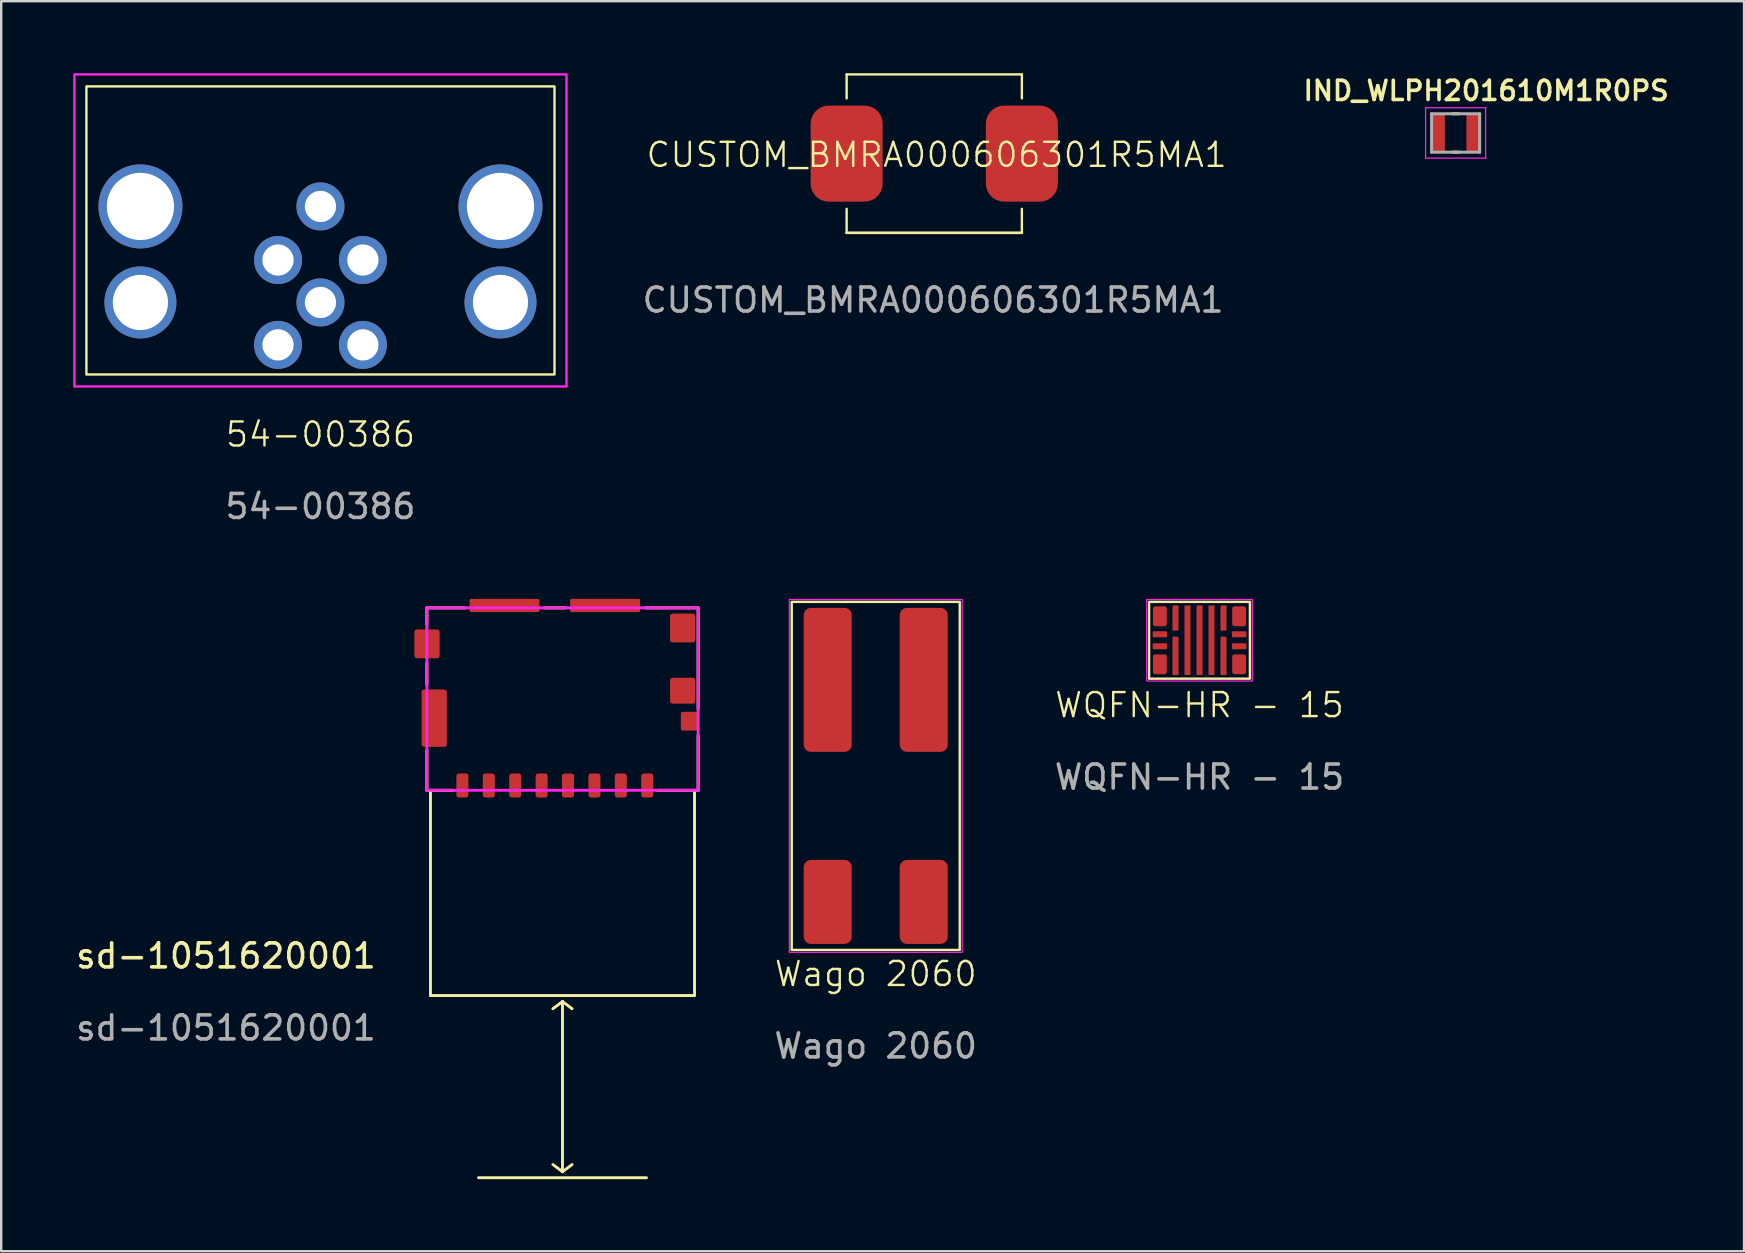
<source format=kicad_pcb>
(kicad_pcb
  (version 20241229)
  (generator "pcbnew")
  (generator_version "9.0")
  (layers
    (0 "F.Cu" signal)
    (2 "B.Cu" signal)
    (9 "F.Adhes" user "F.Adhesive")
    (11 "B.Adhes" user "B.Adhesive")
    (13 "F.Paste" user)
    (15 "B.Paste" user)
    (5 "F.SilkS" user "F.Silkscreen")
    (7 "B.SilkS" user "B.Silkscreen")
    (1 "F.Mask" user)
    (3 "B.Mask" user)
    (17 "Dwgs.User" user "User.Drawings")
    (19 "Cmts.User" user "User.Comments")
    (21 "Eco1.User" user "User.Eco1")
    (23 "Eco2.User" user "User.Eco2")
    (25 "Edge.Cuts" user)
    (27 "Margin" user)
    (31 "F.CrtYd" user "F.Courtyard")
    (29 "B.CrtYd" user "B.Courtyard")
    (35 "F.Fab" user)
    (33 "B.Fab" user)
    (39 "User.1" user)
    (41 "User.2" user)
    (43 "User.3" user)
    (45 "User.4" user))
  (footprint "CUSTOM_BMRA000606301R5MA1"
    (layer "F.Cu")
    (at 35.87 3.35)
    (property "Reference" "CUSTOM_BMRA000606301R5MA1" (at 0.1 0.05 0) (unlocked yes) (layer "F.SilkS") (effects (font (size 1 1) (thickness 0.1))))
    (attr smd)
    (fp_line (start -3.65 -3.3) (end -3.65 -2.3) (stroke (width 0.1) (type default)) (layer "F.SilkS"))
    (fp_line (start -3.65 -3.3) (end 3.65 -3.3) (stroke (width 0.1) (type default)) (layer "F.SilkS"))
    (fp_line (start -3.65 3.3) (end -3.65 2.3) (stroke (width 0.1) (type default)) (layer "F.SilkS"))
    (fp_line (start 3.65 -3.3) (end 3.65 -2.3) (stroke (width 0.1) (type default)) (layer "F.SilkS"))
    (fp_line (start 3.65 3.3) (end -3.65 3.3) (stroke (width 0.1) (type default)) (layer "F.SilkS"))
    (fp_line (start 3.65 3.3) (end -3.65 3.3) (stroke (width 0.1) (type default)) (layer "F.SilkS"))
    (fp_line (start 3.65 3.3) (end 3.65 2.3) (stroke (width 0.1) (type default)) (layer "F.SilkS"))
    (fp_text user "${REFERENCE}" (at -0.05 6.1 0) (unlocked yes) (layer "F.Fab") (effects (font (size 1 1) (thickness 0.15))))
    (pad "1" smd roundrect (at -3.65 0) (size 3 4) (layers "F.Cu" "F.Mask" "F.Paste") (roundrect_rratio 0.25))
    (pad "2" smd roundrect (at 3.65 0) (size 3 4) (layers "F.Cu" "F.Mask" "F.Paste") (roundrect_rratio 0.25)))
  (footprint "54-00386"
    (layer "F.Cu")
    (at 10.3 9.55)
    (property "Reference" "54-00386" (at 0 5.5 0) (unlocked yes) (layer "F.SilkS") (effects (font (size 1 1) (thickness 0.1))))
    (attr smd)
    (fp_rect (start -9.75 -9) (end 9.75 3) (stroke (width 0.1) (type solid)) (fill no) (layer "F.SilkS"))
    (fp_rect (start -10.25 -9.5) (end 10.25 3.5) (stroke (width 0.1) (type solid)) (fill no) (layer "F.CrtYd"))
    (fp_text user "${REFERENCE}" (at 0 8.5 0) (unlocked yes) (layer "F.Fab") (effects (font (size 1 1) (thickness 0.15))))
    (pad "" thru_hole circle (at -7.5 -4) (size 3.5 3.5) (drill 2.8) (layers "*.Cu" "*.Mask"))
    (pad "" thru_hole circle (at -7.5 0) (size 3 3) (drill 2.3) (layers "*.Cu" "*.Mask"))
    (pad "" thru_hole circle (at 7.5 -4) (size 3.5 3.5) (drill 2.8) (layers "*.Cu" "*.Mask"))
    (pad "" thru_hole circle (at 7.5 0) (size 3 3) (drill 2.3) (layers "*.Cu" "*.Mask"))
    (pad "1" thru_hole circle (at 1.768 1.768) (size 2 2) (drill 1.3) (layers "*.Cu" "*.Mask"))
    (pad "2" thru_hole circle (at -1.768 1.768) (size 2 2) (drill 1.3) (layers "*.Cu" "*.Mask"))
    (pad "3" thru_hole circle (at -1.768 -1.768) (size 2 2) (drill 1.3) (layers "*.Cu" "*.Mask"))
    (pad "4" thru_hole circle (at 1.768 -1.768) (size 2 2) (drill 1.3) (layers "*.Cu" "*.Mask"))
    (pad "5" thru_hole circle (at 0 0) (size 2 2) (drill 1.3) (layers "*.Cu" "*.Mask"))
    (pad "SH" thru_hole circle (at 0 -4) (size 2 2) (drill 1.3) (layers "*.Cu" "*.Mask")))
  (footprint "sd-1051620001"
    (layer "F.Cu")
    (at 20.063 29.673)
    (property "Reference" "sd-1051620001" (at -13.7 7.1 0) (unlocked yes) (layer "F.SilkS") (effects (font (size 1 1) (thickness 0.15))))
    (attr smd)
    (fp_line (start -5.33 -7.4) (end -5.33 -6.7) (stroke (width 0.12) (type solid)) (layer "F.SilkS"))
    (fp_line (start -5.33 -7.4) (end -3.73 -7.4) (stroke (width 0.12) (type solid)) (layer "F.SilkS"))
    (fp_line (start -5.33 -4.2) (end -5.33 -5.1) (stroke (width 0.12) (type solid)) (layer "F.SilkS"))
    (fp_line (start -5.33 0.2) (end -5.33 -1.45) (stroke (width 0.12) (type solid)) (layer "F.SilkS"))
    (fp_line (start -5.33 0.2) (end -4.23 0.2) (stroke (width 0.12) (type solid)) (layer "F.SilkS"))
    (fp_line (start -5.18 0.2) (end -5.18 8.75) (stroke (width 0.12) (type solid)) (layer "F.SilkS"))
    (fp_line (start -5.18 8.75) (end 5.82 8.75) (stroke (width 0.12) (type solid)) (layer "F.SilkS"))
    (fp_line (start -3.18 16.34) (end 3.82 16.34) (stroke (width 0.12) (type solid)) (layer "F.SilkS"))
    (fp_line (start -0.08 15.79) (end 0.32 16.09) (stroke (width 0.12) (type solid)) (layer "F.SilkS"))
    (fp_line (start 0.32 9) (end -0.08 9.3) (stroke (width 0.12) (type solid)) (layer "F.SilkS"))
    (fp_line (start 0.32 9) (end 0.72 9.3) (stroke (width 0.12) (type solid)) (layer "F.SilkS"))
    (fp_line (start 0.32 16.09) (end 0.32 9) (stroke (width 0.12) (type solid)) (layer "F.SilkS"))
    (fp_line (start 0.45 -7.4) (end -0.45 -7.4) (stroke (width 0.12) (type solid)) (layer "F.SilkS"))
    (fp_line (start 0.72 15.79) (end 0.32 16.09) (stroke (width 0.12) (type solid)) (layer "F.SilkS"))
    (fp_line (start 5.82 0.2) (end 5.82 8.75) (stroke (width 0.12) (type solid)) (layer "F.SilkS"))
    (fp_line (start 5.97 -7.4) (end 3.77 -7.4) (stroke (width 0.12) (type solid)) (layer "F.SilkS"))
    (fp_line (start 5.97 -7.4) (end 5.97 -3.2) (stroke (width 0.12) (type solid)) (layer "F.SilkS"))
    (fp_line (start 5.97 0.2) (end 4.27 0.2) (stroke (width 0.12) (type solid)) (layer "F.SilkS"))
    (fp_line (start 5.97 0.2) (end 5.97 -2.1) (stroke (width 0.12) (type solid)) (layer "F.SilkS"))
    (fp_line (start -5.33 0.2) (end -5.33 -7.4) (stroke (width 0.12) (type solid)) (layer "F.CrtYd"))
    (fp_line (start 5.97 -7.4) (end -5.33 -7.4) (stroke (width 0.12) (type solid)) (layer "F.CrtYd"))
    (fp_line (start 5.97 0.2) (end -5.33 0.2) (stroke (width 0.12) (type solid)) (layer "F.CrtYd"))
    (fp_line (start 5.97 0.2) (end 5.97 -7.4) (stroke (width 0.12) (type solid)) (layer "F.CrtYd"))
    (fp_text user "${REFERENCE}" (at -13.7 10.1 0) (unlocked yes) (layer "F.Fab") (effects (font (size 1 1) (thickness 0.15))))
    (pad "1" smd roundrect (at 3.85 0) (size 0.5 1) (layers "F.Cu" "F.Mask" "F.Paste") (roundrect_rratio 0.2))
    (pad "2" smd roundrect (at 2.75 0) (size 0.5 1) (layers "F.Cu" "F.Mask" "F.Paste") (roundrect_rratio 0.2))
    (pad "3" smd roundrect (at 1.65 0) (size 0.5 1) (layers "F.Cu" "F.Mask" "F.Paste") (roundrect_rratio 0.2))
    (pad "4" smd roundrect (at 0.55 0) (size 0.5 1) (layers "F.Cu" "F.Mask" "F.Paste") (roundrect_rratio 0.2))
    (pad "5" smd roundrect (at -0.55 0) (size 0.5 1) (layers "F.Cu" "F.Mask" "F.Paste") (roundrect_rratio 0.2))
    (pad "6" smd roundrect (at -1.65 0) (size 0.5 1) (layers "F.Cu" "F.Mask" "F.Paste") (roundrect_rratio 0.2))
    (pad "7" smd roundrect (at -2.75 0) (size 0.5 1) (layers "F.Cu" "F.Mask" "F.Paste") (roundrect_rratio 0.2))
    (pad "8" smd roundrect (at -3.85 0) (size 0.5 1) (layers "F.Cu" "F.Mask" "F.Paste") (roundrect_rratio 0.2))
    (pad "9" smd roundrect (at 5.61 -2.68) (size 0.72 0.78) (layers "F.Cu" "F.Mask" "F.Paste") (roundrect_rratio 0.1))
    (pad "G1" smd roundrect (at 5.325 -3.95) (size 1.05 1.08) (layers "F.Cu" "F.Mask" "F.Paste") (roundrect_rratio 0.1))
    (pad "G2" smd roundrect (at 5.325 -6.56) (size 1.05 1.2) (layers "F.Cu" "F.Mask" "F.Paste") (roundrect_rratio 0.1))
    (pad "G3" smd roundrect (at -5.325 -5.9) (size 1.05 1.2) (layers "F.Cu" "F.Mask" "F.Paste") (roundrect_rratio 0.1))
    (pad "G4" smd roundrect (at -5.025 -2.805) (size 1.05 2.39) (layers "F.Cu" "F.Mask" "F.Paste") (roundrect_rratio 0.1))
    (pad "G5" smd roundrect (at -2.095 -7.5) (size 2.91 0.55) (layers "F.Cu" "F.Mask" "F.Paste") (roundrect_rratio 0.1))
    (pad "G6" smd roundrect (at 2.095 -7.5) (size 2.91 0.55) (layers "F.Cu" "F.Mask" "F.Paste") (roundrect_rratio 0.1)))
  (footprint "WQFN-HR - 15"
    (layer "F.Cu")
    (at 46.92 23.623)
    (property "Reference" "WQFN-HR - 15" (at 0 2.7 0) (unlocked yes) (layer "F.SilkS") (effects (font (size 1 1) (thickness 0.1))))
    (attr smd)
    (fp_rect (start -2.1 -1.6) (end 2.1 1.6) (stroke (width 0.1) (type default)) (fill no) (layer "F.SilkS"))
    (fp_rect (start -2.2 -1.7) (end 2.2 1.7) (stroke (width 0.05) (type default)) (fill no) (layer "F.CrtYd"))
    (fp_text user "${REFERENCE}" (at 0 5.7 0) (unlocked yes) (layer "F.Fab") (effects (font (size 1 1) (thickness 0.15))))
    (pad "1" smd roundrect (at -1.65 -1 180) (size 0.575 0.825) (layers "F.Cu" "F.Mask" "F.Paste") (roundrect_rratio 0.15))
    (pad "2" smd roundrect (at -1.65 -0.25 90) (size 0.25 0.6) (layers "F.Cu" "F.Mask" "F.Paste") (roundrect_rratio 0.15))
    (pad "3" smd roundrect (at -1.65 0.25 90) (size 0.25 0.6) (layers "F.Cu" "F.Mask" "F.Paste") (roundrect_rratio 0.15))
    (pad "4" smd roundrect (at -1.65 1 180) (size 0.575 0.825) (layers "F.Cu" "F.Mask" "F.Paste") (roundrect_rratio 0.15))
    (pad "5" smd roundrect (at -1 0.65) (size 0.25 1.6) (layers "F.Cu" "F.Mask" "F.Paste") (roundrect_rratio 0.15))
    (pad "6" smd roundrect (at -0.5 0) (size 0.25 2.9) (layers "F.Cu" "F.Mask" "F.Paste") (roundrect_rratio 0.15))
    (pad "7" smd roundrect (at 0 0) (size 0.25 2.9) (layers "F.Cu" "F.Mask" "F.Paste") (roundrect_rratio 0.15))
    (pad "8" smd roundrect (at 0.5 0) (size 0.25 2.9) (layers "F.Cu" "F.Mask" "F.Paste") (roundrect_rratio 0.15))
    (pad "9" smd roundrect (at 1 0.65) (size 0.25 1.6) (layers "F.Cu" "F.Mask" "F.Paste") (roundrect_rratio 0.15))
    (pad "10" smd roundrect (at 1.65 1 180) (size 0.575 0.825) (layers "F.Cu" "F.Mask" "F.Paste") (roundrect_rratio 0.15))
    (pad "11" smd roundrect (at 1.65 0.25 90) (size 0.25 0.6) (layers "F.Cu" "F.Mask" "F.Paste") (roundrect_rratio 0.15))
    (pad "12" smd roundrect (at 1.65 -0.25 90) (size 0.25 0.6) (layers "F.Cu" "F.Mask" "F.Paste") (roundrect_rratio 0.15))
    (pad "13" smd roundrect (at 1.65 -1 180) (size 0.575 0.825) (layers "F.Cu" "F.Mask" "F.Paste") (roundrect_rratio 0.15))
    (pad "14" smd roundrect (at 1 -0.925 180) (size 0.25 1.05) (layers "F.Cu" "F.Mask" "F.Paste") (roundrect_rratio 0.15))
    (pad "15" smd roundrect (at -1 -0.925 180) (size 0.25 1.05) (layers "F.Cu" "F.Mask" "F.Paste") (roundrect_rratio 0.15)))
  (footprint "Wago 2060"
    (layer "F.Cu")
    (at 33.432 34.523)
    (property "Reference" "Wago 2060" (at 0 3 0) (unlocked yes) (layer "F.SilkS") (effects (font (size 1 1) (thickness 0.1))))
    (attr smd)
    (fp_rect (start -3.5 -12.5) (end 3.5 2) (stroke (width 0.1) (type default)) (fill no) (layer "F.SilkS"))
    (fp_rect (start -3.6 -12.6) (end 3.6 2.1) (stroke (width 0.05) (type default)) (fill no) (layer "F.CrtYd"))
    (fp_text user "${REFERENCE}" (at 0 6 0) (unlocked yes) (layer "F.Fab") (effects (font (size 1 1) (thickness 0.15))))
    (pad "1" smd roundrect (at -2 -9.25 180) (size 2 6) (layers "F.Cu" "F.Mask" "F.Paste") (roundrect_rratio 0.15))
    (pad "1" smd roundrect (at -2 0 180) (size 2 3.5) (layers "F.Cu" "F.Mask" "F.Paste") (roundrect_rratio 0.15))
    (pad "2" smd roundrect (at 2 -9.25 180) (size 2 6) (layers "F.Cu" "F.Mask" "F.Paste") (roundrect_rratio 0.15))
    (pad "2" smd roundrect (at 2 0 180) (size 2 3.5) (layers "F.Cu" "F.Mask" "F.Paste") (roundrect_rratio 0.15)))
  (footprint "IND_WLPH201610M1R0PS"
    (layer "F.Cu")
    (at 57.59 2.489)
    (property "Reference" "IND_WLPH201610M1R0PS" (at 1.27 -1.758 0) (layer "F.SilkS") (effects (font (size 0.8 0.8) (thickness 0.15))))
    (attr smd)
    (fp_line (start -0.13 -0.8) (end 0.13 -0.8) (stroke (width 0.127) (type solid)) (layer "F.SilkS"))
    (fp_line (start -0.13 0.8) (end 0.13 0.8) (stroke (width 0.127) (type solid)) (layer "F.SilkS"))
    (fp_line (start -1.25 -1.05) (end 1.25 -1.05) (stroke (width 0.05) (type solid)) (layer "F.CrtYd"))
    (fp_line (start -1.25 1.05) (end -1.25 -1.05) (stroke (width 0.05) (type solid)) (layer "F.CrtYd"))
    (fp_line (start 1.25 -1.05) (end 1.25 1.05) (stroke (width 0.05) (type solid)) (layer "F.CrtYd"))
    (fp_line (start 1.25 1.05) (end -1.25 1.05) (stroke (width 0.05) (type solid)) (layer "F.CrtYd"))
    (fp_line (start -1 -0.8) (end 1 -0.8) (stroke (width 0.127) (type solid)) (layer "F.Fab"))
    (fp_line (start -1 0.8) (end -1 -0.8) (stroke (width 0.127) (type solid)) (layer "F.Fab"))
    (fp_line (start 1 -0.8) (end 1 0.8) (stroke (width 0.127) (type solid)) (layer "F.Fab"))
    (fp_line (start 1 0.8) (end -1 0.8) (stroke (width 0.127) (type solid)) (layer "F.Fab"))
    (pad "1" smd rect (at -0.725 0) (size 0.55 1.6) (layers "F.Cu" "F.Mask" "F.Paste"))
    (pad "2" smd rect (at 0.725 0) (size 0.55 1.6) (layers "F.Cu" "F.Mask" "F.Paste")))
  (gr_rect
    (start -3 -3)
    (end 69.605 49.073)
    (stroke (width 0.1) (type default))
    (fill no)
    (layer "Edge.Cuts")))
</source>
